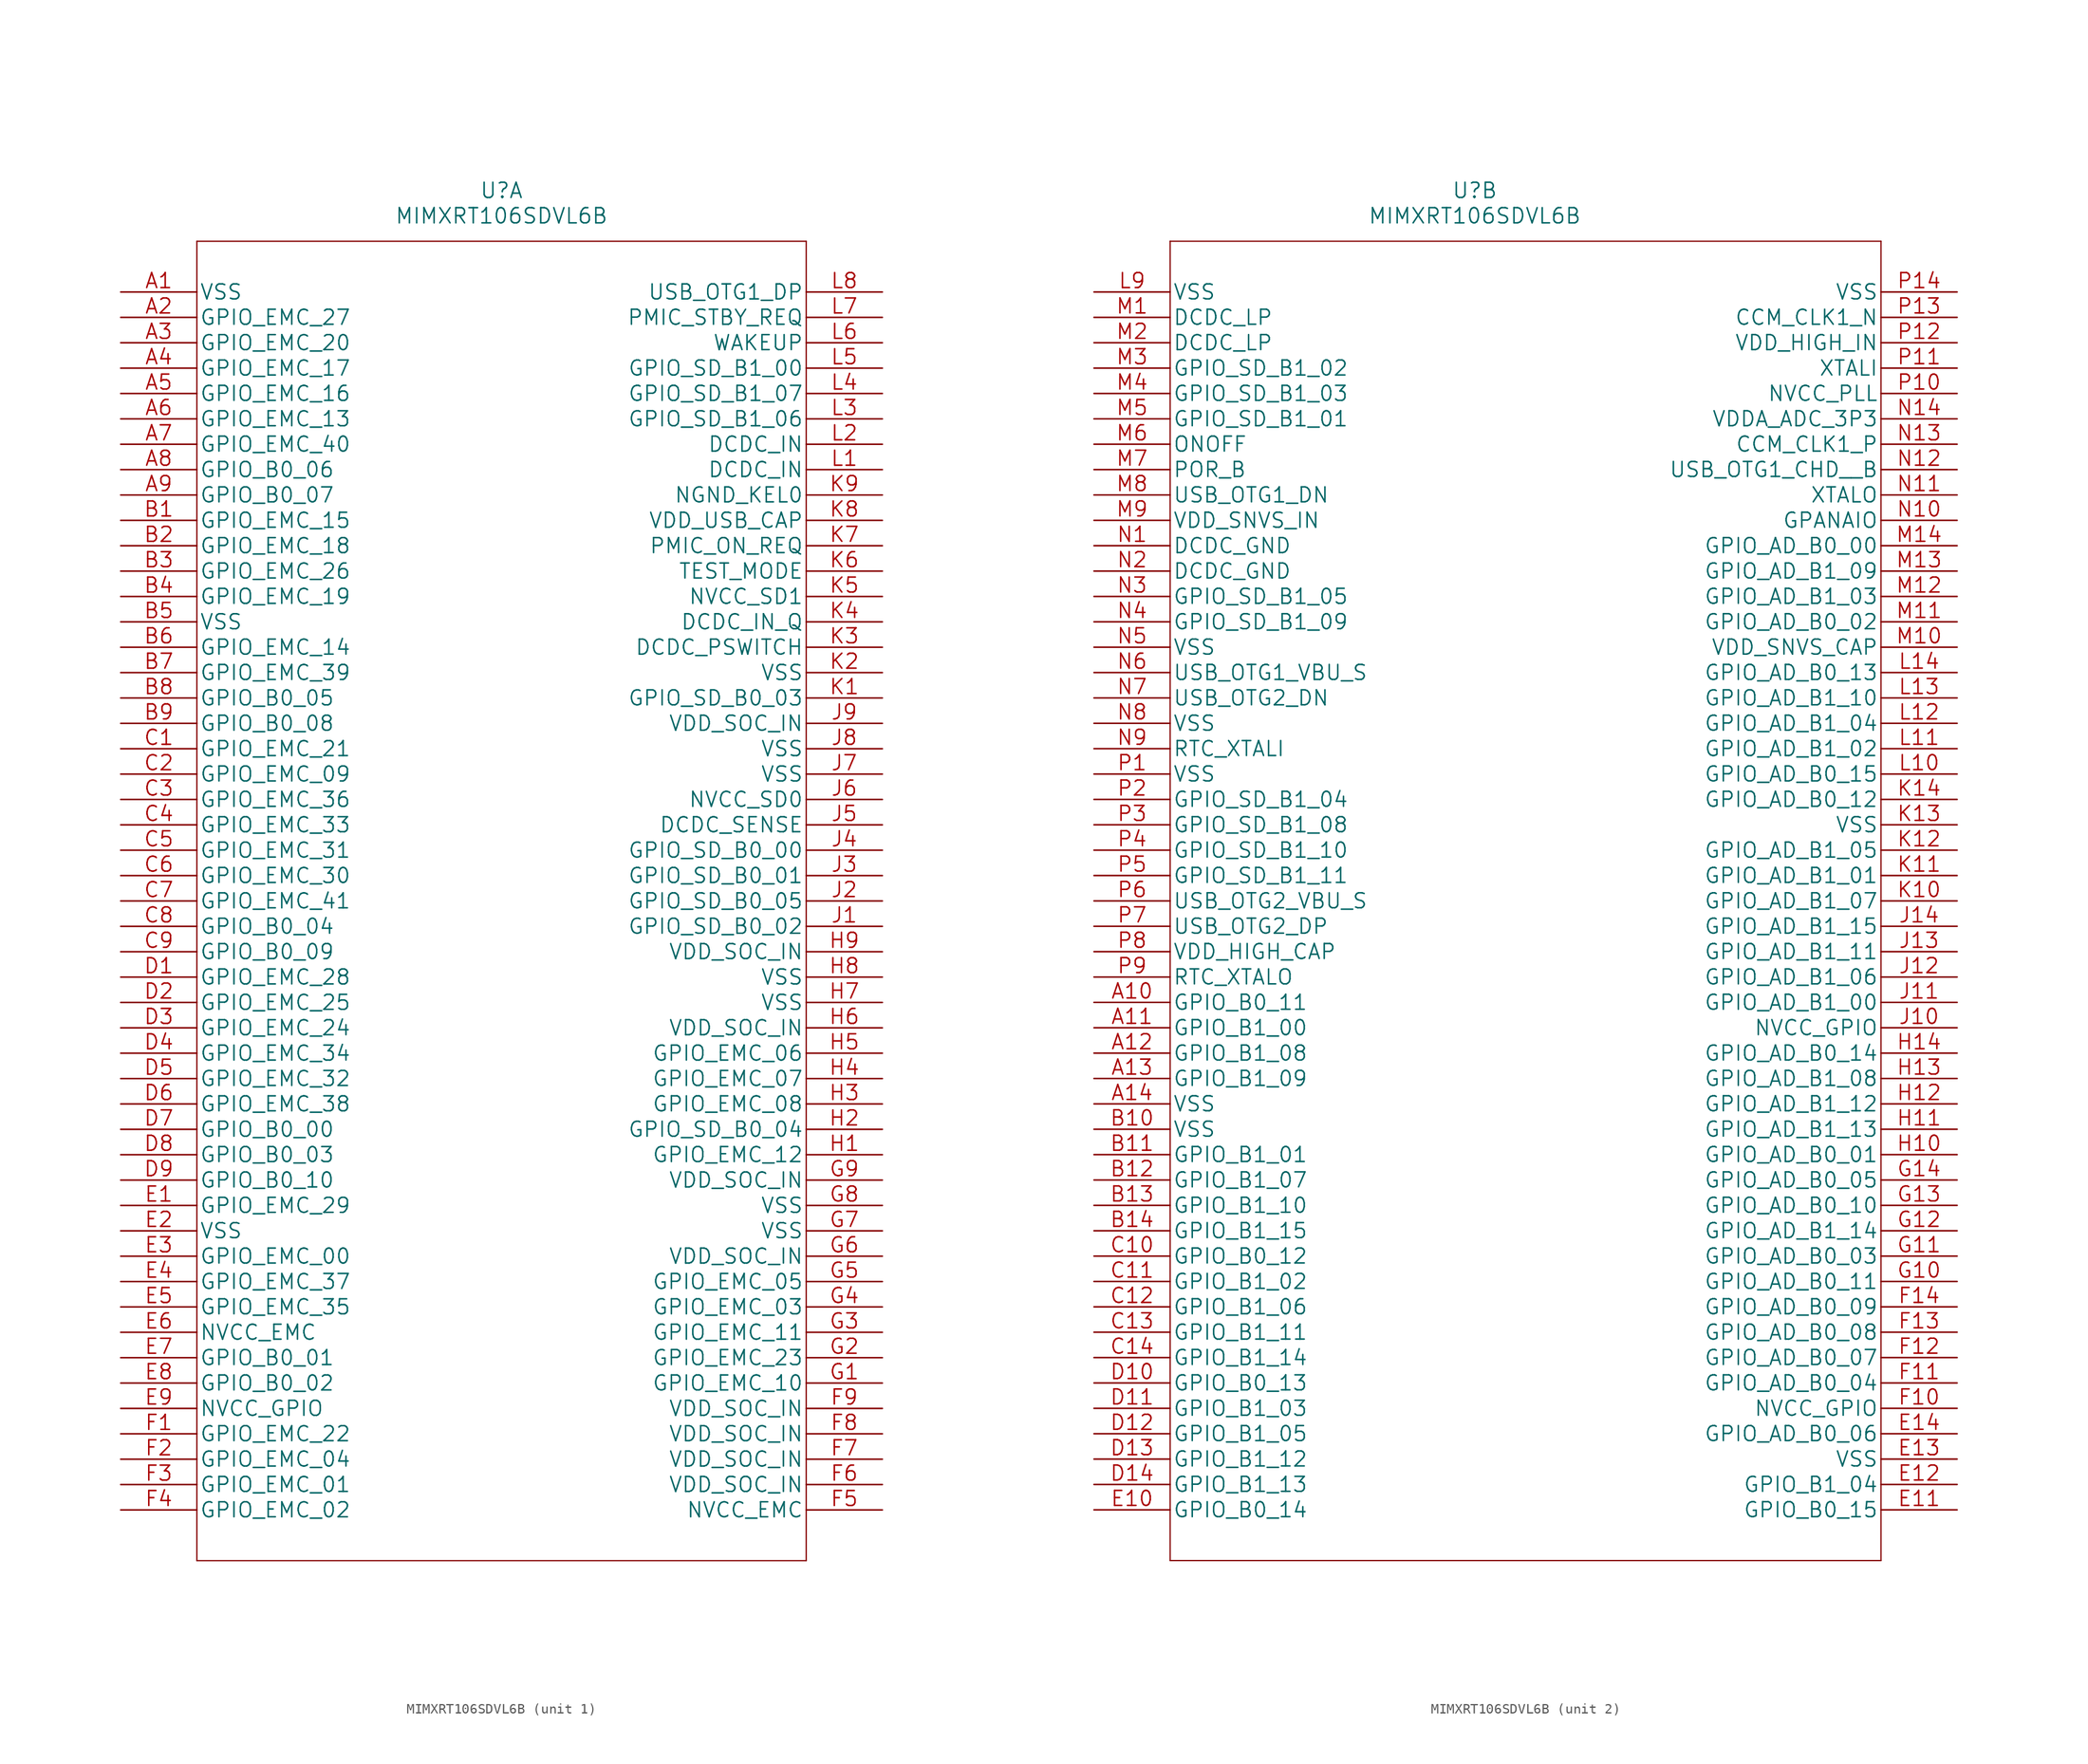
<source format=kicad_sym>
(kicad_symbol_lib
  (version 20220914)
  (generator kicad_symbol_editor)
  (symbol "MIMXRT106SDVL6B"
    (pin_names
      (offset 0.254))
    (property "Reference" "U"
      (at 38.1 10.16 0)
      (effects (font (size 1.524 1.524))))
    (property "Value" "MIMXRT106SDVL6B"
      (at 38.1 7.62 0)
      (effects (font (size 1.524 1.524))))
    (property "Datasheet" ""
      (at 0 0 0)
      (effects (font (size 1.524 1.524))))
    (property "ki_locked" ""
      (at 0 0 0)
      (effects (font (size 1.27 1.27))))
    (symbol "MIMXRT106SDVL6B_1_1"
      (polyline (pts (xy 7.62 -127) (xy 68.58 -127)) (stroke (width 0.127) (type solid)) (fill (type none)))
      (polyline (pts (xy 7.62 5.08) (xy 7.62 -127)) (stroke (width 0.127) (type solid)) (fill (type none)))
      (polyline (pts (xy 68.58 -127) (xy 68.58 5.08)) (stroke (width 0.127) (type solid)) (fill (type none)))
      (polyline (pts (xy 68.58 5.08) (xy 7.62 5.08)) (stroke (width 0.127) (type solid)) (fill (type none)))
      (pin power_in line (at 0 0 0) (length 7.62) (name "VSS" (effects (font (size 1.499 1.499)))) (number "A1" (effects (font (size 1.499 1.499)))))
      (pin bidirectional line (at 0 -2.54 0) (length 7.62) (name "GPIO_EMC_27" (effects (font (size 1.499 1.499)))) (number "A2" (effects (font (size 1.499 1.499)))))
      (pin bidirectional line (at 0 -5.08 0) (length 7.62) (name "GPIO_EMC_20" (effects (font (size 1.499 1.499)))) (number "A3" (effects (font (size 1.499 1.499)))))
      (pin bidirectional line (at 0 -7.62 0) (length 7.62) (name "GPIO_EMC_17" (effects (font (size 1.499 1.499)))) (number "A4" (effects (font (size 1.499 1.499)))))
      (pin bidirectional line (at 0 -10.16 0) (length 7.62) (name "GPIO_EMC_16" (effects (font (size 1.499 1.499)))) (number "A5" (effects (font (size 1.499 1.499)))))
      (pin bidirectional line (at 0 -12.7 0) (length 7.62) (name "GPIO_EMC_13" (effects (font (size 1.499 1.499)))) (number "A6" (effects (font (size 1.499 1.499)))))
      (pin bidirectional line (at 0 -15.24 0) (length 7.62) (name "GPIO_EMC_40" (effects (font (size 1.499 1.499)))) (number "A7" (effects (font (size 1.499 1.499)))))
      (pin bidirectional line (at 0 -17.78 0) (length 7.62) (name "GPIO_B0_06" (effects (font (size 1.499 1.499)))) (number "A8" (effects (font (size 1.499 1.499)))))
      (pin bidirectional line (at 0 -20.32 0) (length 7.62) (name "GPIO_B0_07" (effects (font (size 1.499 1.499)))) (number "A9" (effects (font (size 1.499 1.499)))))
      (pin bidirectional line (at 0 -22.86 0) (length 7.62) (name "GPIO_EMC_15" (effects (font (size 1.499 1.499)))) (number "B1" (effects (font (size 1.499 1.499)))))
      (pin bidirectional line (at 0 -25.4 0) (length 7.62) (name "GPIO_EMC_18" (effects (font (size 1.499 1.499)))) (number "B2" (effects (font (size 1.499 1.499)))))
      (pin bidirectional line (at 0 -27.94 0) (length 7.62) (name "GPIO_EMC_26" (effects (font (size 1.499 1.499)))) (number "B3" (effects (font (size 1.499 1.499)))))
      (pin bidirectional line (at 0 -30.48 0) (length 7.62) (name "GPIO_EMC_19" (effects (font (size 1.499 1.499)))) (number "B4" (effects (font (size 1.499 1.499)))))
      (pin power_in line (at 0 -33.02 0) (length 7.62) (name "VSS" (effects (font (size 1.499 1.499)))) (number "B5" (effects (font (size 1.499 1.499)))))
      (pin bidirectional line (at 0 -35.56 0) (length 7.62) (name "GPIO_EMC_14" (effects (font (size 1.499 1.499)))) (number "B6" (effects (font (size 1.499 1.499)))))
      (pin bidirectional line (at 0 -38.1 0) (length 7.62) (name "GPIO_EMC_39" (effects (font (size 1.499 1.499)))) (number "B7" (effects (font (size 1.499 1.499)))))
      (pin bidirectional line (at 0 -40.64 0) (length 7.62) (name "GPIO_B0_05" (effects (font (size 1.499 1.499)))) (number "B8" (effects (font (size 1.499 1.499)))))
      (pin bidirectional line (at 0 -43.18 0) (length 7.62) (name "GPIO_B0_08" (effects (font (size 1.499 1.499)))) (number "B9" (effects (font (size 1.499 1.499)))))
      (pin bidirectional line (at 0 -45.72 0) (length 7.62) (name "GPIO_EMC_21" (effects (font (size 1.499 1.499)))) (number "C1" (effects (font (size 1.499 1.499)))))
      (pin bidirectional line (at 0 -48.26 0) (length 7.62) (name "GPIO_EMC_09" (effects (font (size 1.499 1.499)))) (number "C2" (effects (font (size 1.499 1.499)))))
      (pin bidirectional line (at 0 -50.8 0) (length 7.62) (name "GPIO_EMC_36" (effects (font (size 1.499 1.499)))) (number "C3" (effects (font (size 1.499 1.499)))))
      (pin bidirectional line (at 0 -53.34 0) (length 7.62) (name "GPIO_EMC_33" (effects (font (size 1.499 1.499)))) (number "C4" (effects (font (size 1.499 1.499)))))
      (pin bidirectional line (at 0 -55.88 0) (length 7.62) (name "GPIO_EMC_31" (effects (font (size 1.499 1.499)))) (number "C5" (effects (font (size 1.499 1.499)))))
      (pin bidirectional line (at 0 -58.42 0) (length 7.62) (name "GPIO_EMC_30" (effects (font (size 1.499 1.499)))) (number "C6" (effects (font (size 1.499 1.499)))))
      (pin bidirectional line (at 0 -60.96 0) (length 7.62) (name "GPIO_EMC_41" (effects (font (size 1.499 1.499)))) (number "C7" (effects (font (size 1.499 1.499)))))
      (pin bidirectional line (at 0 -63.5 0) (length 7.62) (name "GPIO_B0_04" (effects (font (size 1.499 1.499)))) (number "C8" (effects (font (size 1.499 1.499)))))
      (pin bidirectional line (at 0 -66.04 0) (length 7.62) (name "GPIO_B0_09" (effects (font (size 1.499 1.499)))) (number "C9" (effects (font (size 1.499 1.499)))))
      (pin bidirectional line (at 0 -68.58 0) (length 7.62) (name "GPIO_EMC_28" (effects (font (size 1.499 1.499)))) (number "D1" (effects (font (size 1.499 1.499)))))
      (pin bidirectional line (at 0 -71.12 0) (length 7.62) (name "GPIO_EMC_25" (effects (font (size 1.499 1.499)))) (number "D2" (effects (font (size 1.499 1.499)))))
      (pin bidirectional line (at 0 -73.66 0) (length 7.62) (name "GPIO_EMC_24" (effects (font (size 1.499 1.499)))) (number "D3" (effects (font (size 1.499 1.499)))))
      (pin bidirectional line (at 0 -76.2 0) (length 7.62) (name "GPIO_EMC_34" (effects (font (size 1.499 1.499)))) (number "D4" (effects (font (size 1.499 1.499)))))
      (pin bidirectional line (at 0 -78.74 0) (length 7.62) (name "GPIO_EMC_32" (effects (font (size 1.499 1.499)))) (number "D5" (effects (font (size 1.499 1.499)))))
      (pin bidirectional line (at 0 -81.28 0) (length 7.62) (name "GPIO_EMC_38" (effects (font (size 1.499 1.499)))) (number "D6" (effects (font (size 1.499 1.499)))))
      (pin bidirectional line (at 0 -83.82 0) (length 7.62) (name "GPIO_B0_00" (effects (font (size 1.499 1.499)))) (number "D7" (effects (font (size 1.499 1.499)))))
      (pin bidirectional line (at 0 -86.36 0) (length 7.62) (name "GPIO_B0_03" (effects (font (size 1.499 1.499)))) (number "D8" (effects (font (size 1.499 1.499)))))
      (pin bidirectional line (at 0 -88.9 0) (length 7.62) (name "GPIO_B0_10" (effects (font (size 1.499 1.499)))) (number "D9" (effects (font (size 1.499 1.499)))))
      (pin bidirectional line (at 0 -91.44 0) (length 7.62) (name "GPIO_EMC_29" (effects (font (size 1.499 1.499)))) (number "E1" (effects (font (size 1.499 1.499)))))
      (pin power_in line (at 0 -93.98 0) (length 7.62) (name "VSS" (effects (font (size 1.499 1.499)))) (number "E2" (effects (font (size 1.499 1.499)))))
      (pin bidirectional line (at 0 -96.52 0) (length 7.62) (name "GPIO_EMC_00" (effects (font (size 1.499 1.499)))) (number "E3" (effects (font (size 1.499 1.499)))))
      (pin bidirectional line (at 0 -99.06 0) (length 7.62) (name "GPIO_EMC_37" (effects (font (size 1.499 1.499)))) (number "E4" (effects (font (size 1.499 1.499)))))
      (pin bidirectional line (at 0 -101.6 0) (length 7.62) (name "GPIO_EMC_35" (effects (font (size 1.499 1.499)))) (number "E5" (effects (font (size 1.499 1.499)))))
      (pin power_in line (at 0 -104.14 0) (length 7.62) (name "NVCC_EMC" (effects (font (size 1.499 1.499)))) (number "E6" (effects (font (size 1.499 1.499)))))
      (pin bidirectional line (at 0 -106.68 0) (length 7.62) (name "GPIO_B0_01" (effects (font (size 1.499 1.499)))) (number "E7" (effects (font (size 1.499 1.499)))))
      (pin bidirectional line (at 0 -109.22 0) (length 7.62) (name "GPIO_B0_02" (effects (font (size 1.499 1.499)))) (number "E8" (effects (font (size 1.499 1.499)))))
      (pin power_in line (at 0 -111.76 0) (length 7.62) (name "NVCC_GPIO" (effects (font (size 1.499 1.499)))) (number "E9" (effects (font (size 1.499 1.499)))))
      (pin bidirectional line (at 0 -114.3 0) (length 7.62) (name "GPIO_EMC_22" (effects (font (size 1.499 1.499)))) (number "F1" (effects (font (size 1.499 1.499)))))
      (pin bidirectional line (at 0 -116.84 0) (length 7.62) (name "GPIO_EMC_04" (effects (font (size 1.499 1.499)))) (number "F2" (effects (font (size 1.499 1.499)))))
      (pin bidirectional line (at 0 -119.38 0) (length 7.62) (name "GPIO_EMC_01" (effects (font (size 1.499 1.499)))) (number "F3" (effects (font (size 1.499 1.499)))))
      (pin bidirectional line (at 0 -121.92 0) (length 7.62) (name "GPIO_EMC_02" (effects (font (size 1.499 1.499)))) (number "F4" (effects (font (size 1.499 1.499)))))
      (pin power_in line (at 76.2 -121.92 180) (length 7.62) (name "NVCC_EMC" (effects (font (size 1.499 1.499)))) (number "F5" (effects (font (size 1.499 1.499)))))
      (pin power_in line (at 76.2 -119.38 180) (length 7.62) (name "VDD_SOC_IN" (effects (font (size 1.499 1.499)))) (number "F6" (effects (font (size 1.499 1.499)))))
      (pin power_in line (at 76.2 -116.84 180) (length 7.62) (name "VDD_SOC_IN" (effects (font (size 1.499 1.499)))) (number "F7" (effects (font (size 1.499 1.499)))))
      (pin power_in line (at 76.2 -114.3 180) (length 7.62) (name "VDD_SOC_IN" (effects (font (size 1.499 1.499)))) (number "F8" (effects (font (size 1.499 1.499)))))
      (pin power_in line (at 76.2 -111.76 180) (length 7.62) (name "VDD_SOC_IN" (effects (font (size 1.499 1.499)))) (number "F9" (effects (font (size 1.499 1.499)))))
      (pin bidirectional line (at 76.2 -109.22 180) (length 7.62) (name "GPIO_EMC_10" (effects (font (size 1.499 1.499)))) (number "G1" (effects (font (size 1.499 1.499)))))
      (pin bidirectional line (at 76.2 -106.68 180) (length 7.62) (name "GPIO_EMC_23" (effects (font (size 1.499 1.499)))) (number "G2" (effects (font (size 1.499 1.499)))))
      (pin bidirectional line (at 76.2 -104.14 180) (length 7.62) (name "GPIO_EMC_11" (effects (font (size 1.499 1.499)))) (number "G3" (effects (font (size 1.499 1.499)))))
      (pin bidirectional line (at 76.2 -101.6 180) (length 7.62) (name "GPIO_EMC_03" (effects (font (size 1.499 1.499)))) (number "G4" (effects (font (size 1.499 1.499)))))
      (pin bidirectional line (at 76.2 -99.06 180) (length 7.62) (name "GPIO_EMC_05" (effects (font (size 1.499 1.499)))) (number "G5" (effects (font (size 1.499 1.499)))))
      (pin power_in line (at 76.2 -96.52 180) (length 7.62) (name "VDD_SOC_IN" (effects (font (size 1.499 1.499)))) (number "G6" (effects (font (size 1.499 1.499)))))
      (pin power_in line (at 76.2 -93.98 180) (length 7.62) (name "VSS" (effects (font (size 1.499 1.499)))) (number "G7" (effects (font (size 1.499 1.499)))))
      (pin power_in line (at 76.2 -91.44 180) (length 7.62) (name "VSS" (effects (font (size 1.499 1.499)))) (number "G8" (effects (font (size 1.499 1.499)))))
      (pin power_in line (at 76.2 -88.9 180) (length 7.62) (name "VDD_SOC_IN" (effects (font (size 1.499 1.499)))) (number "G9" (effects (font (size 1.499 1.499)))))
      (pin bidirectional line (at 76.2 -86.36 180) (length 7.62) (name "GPIO_EMC_12" (effects (font (size 1.499 1.499)))) (number "H1" (effects (font (size 1.499 1.499)))))
      (pin bidirectional line (at 76.2 -83.82 180) (length 7.62) (name "GPIO_SD_B0_04" (effects (font (size 1.499 1.499)))) (number "H2" (effects (font (size 1.499 1.499)))))
      (pin bidirectional line (at 76.2 -81.28 180) (length 7.62) (name "GPIO_EMC_08" (effects (font (size 1.499 1.499)))) (number "H3" (effects (font (size 1.499 1.499)))))
      (pin bidirectional line (at 76.2 -78.74 180) (length 7.62) (name "GPIO_EMC_07" (effects (font (size 1.499 1.499)))) (number "H4" (effects (font (size 1.499 1.499)))))
      (pin bidirectional line (at 76.2 -76.2 180) (length 7.62) (name "GPIO_EMC_06" (effects (font (size 1.499 1.499)))) (number "H5" (effects (font (size 1.499 1.499)))))
      (pin power_in line (at 76.2 -73.66 180) (length 7.62) (name "VDD_SOC_IN" (effects (font (size 1.499 1.499)))) (number "H6" (effects (font (size 1.499 1.499)))))
      (pin power_in line (at 76.2 -71.12 180) (length 7.62) (name "VSS" (effects (font (size 1.499 1.499)))) (number "H7" (effects (font (size 1.499 1.499)))))
      (pin power_in line (at 76.2 -68.58 180) (length 7.62) (name "VSS" (effects (font (size 1.499 1.499)))) (number "H8" (effects (font (size 1.499 1.499)))))
      (pin power_in line (at 76.2 -66.04 180) (length 7.62) (name "VDD_SOC_IN" (effects (font (size 1.499 1.499)))) (number "H9" (effects (font (size 1.499 1.499)))))
      (pin bidirectional line (at 76.2 -63.5 180) (length 7.62) (name "GPIO_SD_B0_02" (effects (font (size 1.499 1.499)))) (number "J1" (effects (font (size 1.499 1.499)))))
      (pin bidirectional line (at 76.2 -60.96 180) (length 7.62) (name "GPIO_SD_B0_05" (effects (font (size 1.499 1.499)))) (number "J2" (effects (font (size 1.499 1.499)))))
      (pin bidirectional line (at 76.2 -58.42 180) (length 7.62) (name "GPIO_SD_B0_01" (effects (font (size 1.499 1.499)))) (number "J3" (effects (font (size 1.499 1.499)))))
      (pin bidirectional line (at 76.2 -55.88 180) (length 7.62) (name "GPIO_SD_B0_00" (effects (font (size 1.499 1.499)))) (number "J4" (effects (font (size 1.499 1.499)))))
      (pin power_in line (at 76.2 -53.34 180) (length 7.62) (name "DCDC_SENSE" (effects (font (size 1.499 1.499)))) (number "J5" (effects (font (size 1.499 1.499)))))
      (pin power_in line (at 76.2 -50.8 180) (length 7.62) (name "NVCC_SD0" (effects (font (size 1.499 1.499)))) (number "J6" (effects (font (size 1.499 1.499)))))
      (pin power_in line (at 76.2 -48.26 180) (length 7.62) (name "VSS" (effects (font (size 1.499 1.499)))) (number "J7" (effects (font (size 1.499 1.499)))))
      (pin power_in line (at 76.2 -45.72 180) (length 7.62) (name "VSS" (effects (font (size 1.499 1.499)))) (number "J8" (effects (font (size 1.499 1.499)))))
      (pin power_in line (at 76.2 -43.18 180) (length 7.62) (name "VDD_SOC_IN" (effects (font (size 1.499 1.499)))) (number "J9" (effects (font (size 1.499 1.499)))))
      (pin bidirectional line (at 76.2 -40.64 180) (length 7.62) (name "GPIO_SD_B0_03" (effects (font (size 1.499 1.499)))) (number "K1" (effects (font (size 1.499 1.499)))))
      (pin power_in line (at 76.2 -38.1 180) (length 7.62) (name "VSS" (effects (font (size 1.499 1.499)))) (number "K2" (effects (font (size 1.499 1.499)))))
      (pin power_in line (at 76.2 -35.56 180) (length 7.62) (name "DCDC_PSWITCH" (effects (font (size 1.499 1.499)))) (number "K3" (effects (font (size 1.499 1.499)))))
      (pin power_in line (at 76.2 -33.02 180) (length 7.62) (name "DCDC_IN_Q" (effects (font (size 1.499 1.499)))) (number "K4" (effects (font (size 1.499 1.499)))))
      (pin power_in line (at 76.2 -30.48 180) (length 7.62) (name "NVCC_SD1" (effects (font (size 1.499 1.499)))) (number "K5" (effects (font (size 1.499 1.499)))))
      (pin input line (at 76.2 -27.94 180) (length 7.62) (name "TEST_MODE" (effects (font (size 1.499 1.499)))) (number "K6" (effects (font (size 1.499 1.499)))))
      (pin output line (at 76.2 -25.4 180) (length 7.62) (name "PMIC_ON_REQ" (effects (font (size 1.499 1.499)))) (number "K7" (effects (font (size 1.499 1.499)))))
      (pin power_in line (at 76.2 -22.86 180) (length 7.62) (name "VDD_USB_CAP" (effects (font (size 1.499 1.499)))) (number "K8" (effects (font (size 1.499 1.499)))))
      (pin power_in line (at 76.2 -20.32 180) (length 7.62) (name "NGND_KEL0" (effects (font (size 1.499 1.499)))) (number "K9" (effects (font (size 1.499 1.499)))))
      (pin power_in line (at 76.2 -17.78 180) (length 7.62) (name "DCDC_IN" (effects (font (size 1.499 1.499)))) (number "L1" (effects (font (size 1.499 1.499)))))
      (pin power_in line (at 76.2 -15.24 180) (length 7.62) (name "DCDC_IN" (effects (font (size 1.499 1.499)))) (number "L2" (effects (font (size 1.499 1.499)))))
      (pin bidirectional line (at 76.2 -12.7 180) (length 7.62) (name "GPIO_SD_B1_06" (effects (font (size 1.499 1.499)))) (number "L3" (effects (font (size 1.499 1.499)))))
      (pin bidirectional line (at 76.2 -10.16 180) (length 7.62) (name "GPIO_SD_B1_07" (effects (font (size 1.499 1.499)))) (number "L4" (effects (font (size 1.499 1.499)))))
      (pin bidirectional line (at 76.2 -7.62 180) (length 7.62) (name "GPIO_SD_B1_00" (effects (font (size 1.499 1.499)))) (number "L5" (effects (font (size 1.499 1.499)))))
      (pin input line (at 76.2 -5.08 180) (length 7.62) (name "WAKEUP" (effects (font (size 1.499 1.499)))) (number "L6" (effects (font (size 1.499 1.499)))))
      (pin output line (at 76.2 -2.54 180) (length 7.62) (name "PMIC_STBY_REQ" (effects (font (size 1.499 1.499)))) (number "L7" (effects (font (size 1.499 1.499)))))
      (pin bidirectional line (at 76.2 0 180) (length 7.62) (name "USB_OTG1_DP" (effects (font (size 1.499 1.499)))) (number "L8" (effects (font (size 1.499 1.499))))))
    (symbol "MIMXRT106SDVL6B_2_1"
      (polyline (pts (xy 7.62 -127) (xy 78.74 -127)) (stroke (width 0.127) (type solid)) (fill (type none)))
      (polyline (pts (xy 7.62 5.08) (xy 7.62 -127)) (stroke (width 0.127) (type solid)) (fill (type none)))
      (polyline (pts (xy 78.74 -127) (xy 78.74 5.08)) (stroke (width 0.127) (type solid)) (fill (type none)))
      (polyline (pts (xy 78.74 5.08) (xy 7.62 5.08)) (stroke (width 0.127) (type solid)) (fill (type none)))
      (pin bidirectional line (at 0 -71.12 0) (length 7.62) (name "GPIO_B0_11" (effects (font (size 1.499 1.499)))) (number "A10" (effects (font (size 1.499 1.499)))))
      (pin bidirectional line (at 0 -73.66 0) (length 7.62) (name "GPIO_B1_00" (effects (font (size 1.499 1.499)))) (number "A11" (effects (font (size 1.499 1.499)))))
      (pin bidirectional line (at 0 -76.2 0) (length 7.62) (name "GPIO_B1_08" (effects (font (size 1.499 1.499)))) (number "A12" (effects (font (size 1.499 1.499)))))
      (pin bidirectional line (at 0 -78.74 0) (length 7.62) (name "GPIO_B1_09" (effects (font (size 1.499 1.499)))) (number "A13" (effects (font (size 1.499 1.499)))))
      (pin power_in line (at 0 -81.28 0) (length 7.62) (name "VSS" (effects (font (size 1.499 1.499)))) (number "A14" (effects (font (size 1.499 1.499)))))
      (pin power_in line (at 0 -83.82 0) (length 7.62) (name "VSS" (effects (font (size 1.499 1.499)))) (number "B10" (effects (font (size 1.499 1.499)))))
      (pin bidirectional line (at 0 -86.36 0) (length 7.62) (name "GPIO_B1_01" (effects (font (size 1.499 1.499)))) (number "B11" (effects (font (size 1.499 1.499)))))
      (pin bidirectional line (at 0 -88.9 0) (length 7.62) (name "GPIO_B1_07" (effects (font (size 1.499 1.499)))) (number "B12" (effects (font (size 1.499 1.499)))))
      (pin bidirectional line (at 0 -91.44 0) (length 7.62) (name "GPIO_B1_10" (effects (font (size 1.499 1.499)))) (number "B13" (effects (font (size 1.499 1.499)))))
      (pin bidirectional line (at 0 -93.98 0) (length 7.62) (name "GPIO_B1_15" (effects (font (size 1.499 1.499)))) (number "B14" (effects (font (size 1.499 1.499)))))
      (pin bidirectional line (at 0 -96.52 0) (length 7.62) (name "GPIO_B0_12" (effects (font (size 1.499 1.499)))) (number "C10" (effects (font (size 1.499 1.499)))))
      (pin bidirectional line (at 0 -99.06 0) (length 7.62) (name "GPIO_B1_02" (effects (font (size 1.499 1.499)))) (number "C11" (effects (font (size 1.499 1.499)))))
      (pin bidirectional line (at 0 -101.6 0) (length 7.62) (name "GPIO_B1_06" (effects (font (size 1.499 1.499)))) (number "C12" (effects (font (size 1.499 1.499)))))
      (pin bidirectional line (at 0 -104.14 0) (length 7.62) (name "GPIO_B1_11" (effects (font (size 1.499 1.499)))) (number "C13" (effects (font (size 1.499 1.499)))))
      (pin bidirectional line (at 0 -106.68 0) (length 7.62) (name "GPIO_B1_14" (effects (font (size 1.499 1.499)))) (number "C14" (effects (font (size 1.499 1.499)))))
      (pin bidirectional line (at 0 -109.22 0) (length 7.62) (name "GPIO_B0_13" (effects (font (size 1.499 1.499)))) (number "D10" (effects (font (size 1.499 1.499)))))
      (pin bidirectional line (at 0 -111.76 0) (length 7.62) (name "GPIO_B1_03" (effects (font (size 1.499 1.499)))) (number "D11" (effects (font (size 1.499 1.499)))))
      (pin bidirectional line (at 0 -114.3 0) (length 7.62) (name "GPIO_B1_05" (effects (font (size 1.499 1.499)))) (number "D12" (effects (font (size 1.499 1.499)))))
      (pin bidirectional line (at 0 -116.84 0) (length 7.62) (name "GPIO_B1_12" (effects (font (size 1.499 1.499)))) (number "D13" (effects (font (size 1.499 1.499)))))
      (pin bidirectional line (at 0 -119.38 0) (length 7.62) (name "GPIO_B1_13" (effects (font (size 1.499 1.499)))) (number "D14" (effects (font (size 1.499 1.499)))))
      (pin bidirectional line (at 0 -121.92 0) (length 7.62) (name "GPIO_B0_14" (effects (font (size 1.499 1.499)))) (number "E10" (effects (font (size 1.499 1.499)))))
      (pin bidirectional line (at 86.36 -121.92 180) (length 7.62) (name "GPIO_B0_15" (effects (font (size 1.499 1.499)))) (number "E11" (effects (font (size 1.499 1.499)))))
      (pin bidirectional line (at 86.36 -119.38 180) (length 7.62) (name "GPIO_B1_04" (effects (font (size 1.499 1.499)))) (number "E12" (effects (font (size 1.499 1.499)))))
      (pin power_in line (at 86.36 -116.84 180) (length 7.62) (name "VSS" (effects (font (size 1.499 1.499)))) (number "E13" (effects (font (size 1.499 1.499)))))
      (pin bidirectional line (at 86.36 -114.3 180) (length 7.62) (name "GPIO_AD_B0_06" (effects (font (size 1.499 1.499)))) (number "E14" (effects (font (size 1.499 1.499)))))
      (pin power_in line (at 86.36 -111.76 180) (length 7.62) (name "NVCC_GPIO" (effects (font (size 1.499 1.499)))) (number "F10" (effects (font (size 1.499 1.499)))))
      (pin bidirectional line (at 86.36 -109.22 180) (length 7.62) (name "GPIO_AD_B0_04" (effects (font (size 1.499 1.499)))) (number "F11" (effects (font (size 1.499 1.499)))))
      (pin bidirectional line (at 86.36 -106.68 180) (length 7.62) (name "GPIO_AD_B0_07" (effects (font (size 1.499 1.499)))) (number "F12" (effects (font (size 1.499 1.499)))))
      (pin bidirectional line (at 86.36 -104.14 180) (length 7.62) (name "GPIO_AD_B0_08" (effects (font (size 1.499 1.499)))) (number "F13" (effects (font (size 1.499 1.499)))))
      (pin bidirectional line (at 86.36 -101.6 180) (length 7.62) (name "GPIO_AD_B0_09" (effects (font (size 1.499 1.499)))) (number "F14" (effects (font (size 1.499 1.499)))))
      (pin bidirectional line (at 86.36 -99.06 180) (length 7.62) (name "GPIO_AD_B0_11" (effects (font (size 1.499 1.499)))) (number "G10" (effects (font (size 1.499 1.499)))))
      (pin bidirectional line (at 86.36 -96.52 180) (length 7.62) (name "GPIO_AD_B0_03" (effects (font (size 1.499 1.499)))) (number "G11" (effects (font (size 1.499 1.499)))))
      (pin bidirectional line (at 86.36 -93.98 180) (length 7.62) (name "GPIO_AD_B1_14" (effects (font (size 1.499 1.499)))) (number "G12" (effects (font (size 1.499 1.499)))))
      (pin bidirectional line (at 86.36 -91.44 180) (length 7.62) (name "GPIO_AD_B0_10" (effects (font (size 1.499 1.499)))) (number "G13" (effects (font (size 1.499 1.499)))))
      (pin bidirectional line (at 86.36 -88.9 180) (length 7.62) (name "GPIO_AD_B0_05" (effects (font (size 1.499 1.499)))) (number "G14" (effects (font (size 1.499 1.499)))))
      (pin bidirectional line (at 86.36 -86.36 180) (length 7.62) (name "GPIO_AD_B0_01" (effects (font (size 1.499 1.499)))) (number "H10" (effects (font (size 1.499 1.499)))))
      (pin bidirectional line (at 86.36 -83.82 180) (length 7.62) (name "GPIO_AD_B1_13" (effects (font (size 1.499 1.499)))) (number "H11" (effects (font (size 1.499 1.499)))))
      (pin bidirectional line (at 86.36 -81.28 180) (length 7.62) (name "GPIO_AD_B1_12" (effects (font (size 1.499 1.499)))) (number "H12" (effects (font (size 1.499 1.499)))))
      (pin bidirectional line (at 86.36 -78.74 180) (length 7.62) (name "GPIO_AD_B1_08" (effects (font (size 1.499 1.499)))) (number "H13" (effects (font (size 1.499 1.499)))))
      (pin bidirectional line (at 86.36 -76.2 180) (length 7.62) (name "GPIO_AD_B0_14" (effects (font (size 1.499 1.499)))) (number "H14" (effects (font (size 1.499 1.499)))))
      (pin power_in line (at 86.36 -73.66 180) (length 7.62) (name "NVCC_GPIO" (effects (font (size 1.499 1.499)))) (number "J10" (effects (font (size 1.499 1.499)))))
      (pin bidirectional line (at 86.36 -71.12 180) (length 7.62) (name "GPIO_AD_B1_00" (effects (font (size 1.499 1.499)))) (number "J11" (effects (font (size 1.499 1.499)))))
      (pin bidirectional line (at 86.36 -68.58 180) (length 7.62) (name "GPIO_AD_B1_06" (effects (font (size 1.499 1.499)))) (number "J12" (effects (font (size 1.499 1.499)))))
      (pin bidirectional line (at 86.36 -66.04 180) (length 7.62) (name "GPIO_AD_B1_11" (effects (font (size 1.499 1.499)))) (number "J13" (effects (font (size 1.499 1.499)))))
      (pin bidirectional line (at 86.36 -63.5 180) (length 7.62) (name "GPIO_AD_B1_15" (effects (font (size 1.499 1.499)))) (number "J14" (effects (font (size 1.499 1.499)))))
      (pin bidirectional line (at 86.36 -60.96 180) (length 7.62) (name "GPIO_AD_B1_07" (effects (font (size 1.499 1.499)))) (number "K10" (effects (font (size 1.499 1.499)))))
      (pin bidirectional line (at 86.36 -58.42 180) (length 7.62) (name "GPIO_AD_B1_01" (effects (font (size 1.499 1.499)))) (number "K11" (effects (font (size 1.499 1.499)))))
      (pin bidirectional line (at 86.36 -55.88 180) (length 7.62) (name "GPIO_AD_B1_05" (effects (font (size 1.499 1.499)))) (number "K12" (effects (font (size 1.499 1.499)))))
      (pin power_in line (at 86.36 -53.34 180) (length 7.62) (name "VSS" (effects (font (size 1.499 1.499)))) (number "K13" (effects (font (size 1.499 1.499)))))
      (pin bidirectional line (at 86.36 -50.8 180) (length 7.62) (name "GPIO_AD_B0_12" (effects (font (size 1.499 1.499)))) (number "K14" (effects (font (size 1.499 1.499)))))
      (pin bidirectional line (at 86.36 -48.26 180) (length 7.62) (name "GPIO_AD_B0_15" (effects (font (size 1.499 1.499)))) (number "L10" (effects (font (size 1.499 1.499)))))
      (pin bidirectional line (at 86.36 -45.72 180) (length 7.62) (name "GPIO_AD_B1_02" (effects (font (size 1.499 1.499)))) (number "L11" (effects (font (size 1.499 1.499)))))
      (pin bidirectional line (at 86.36 -43.18 180) (length 7.62) (name "GPIO_AD_B1_04" (effects (font (size 1.499 1.499)))) (number "L12" (effects (font (size 1.499 1.499)))))
      (pin bidirectional line (at 86.36 -40.64 180) (length 7.62) (name "GPIO_AD_B1_10" (effects (font (size 1.499 1.499)))) (number "L13" (effects (font (size 1.499 1.499)))))
      (pin bidirectional line (at 86.36 -38.1 180) (length 7.62) (name "GPIO_AD_B0_13" (effects (font (size 1.499 1.499)))) (number "L14" (effects (font (size 1.499 1.499)))))
      (pin power_in line (at 0 0 0) (length 7.62) (name "VSS" (effects (font (size 1.499 1.499)))) (number "L9" (effects (font (size 1.499 1.499)))))
      (pin power_in line (at 0 -2.54 0) (length 7.62) (name "DCDC_LP" (effects (font (size 1.499 1.499)))) (number "M1" (effects (font (size 1.499 1.499)))))
      (pin power_in line (at 86.36 -35.56 180) (length 7.62) (name "VDD_SNVS_CAP" (effects (font (size 1.499 1.499)))) (number "M10" (effects (font (size 1.499 1.499)))))
      (pin bidirectional line (at 86.36 -33.02 180) (length 7.62) (name "GPIO_AD_B0_02" (effects (font (size 1.499 1.499)))) (number "M11" (effects (font (size 1.499 1.499)))))
      (pin bidirectional line (at 86.36 -30.48 180) (length 7.62) (name "GPIO_AD_B1_03" (effects (font (size 1.499 1.499)))) (number "M12" (effects (font (size 1.499 1.499)))))
      (pin bidirectional line (at 86.36 -27.94 180) (length 7.62) (name "GPIO_AD_B1_09" (effects (font (size 1.499 1.499)))) (number "M13" (effects (font (size 1.499 1.499)))))
      (pin bidirectional line (at 86.36 -25.4 180) (length 7.62) (name "GPIO_AD_B0_00" (effects (font (size 1.499 1.499)))) (number "M14" (effects (font (size 1.499 1.499)))))
      (pin power_in line (at 0 -5.08 0) (length 7.62) (name "DCDC_LP" (effects (font (size 1.499 1.499)))) (number "M2" (effects (font (size 1.499 1.499)))))
      (pin bidirectional line (at 0 -7.62 0) (length 7.62) (name "GPIO_SD_B1_02" (effects (font (size 1.499 1.499)))) (number "M3" (effects (font (size 1.499 1.499)))))
      (pin bidirectional line (at 0 -10.16 0) (length 7.62) (name "GPIO_SD_B1_03" (effects (font (size 1.499 1.499)))) (number "M4" (effects (font (size 1.499 1.499)))))
      (pin bidirectional line (at 0 -12.7 0) (length 7.62) (name "GPIO_SD_B1_01" (effects (font (size 1.499 1.499)))) (number "M5" (effects (font (size 1.499 1.499)))))
      (pin input line (at 0 -15.24 0) (length 7.62) (name "ONOFF" (effects (font (size 1.499 1.499)))) (number "M6" (effects (font (size 1.499 1.499)))))
      (pin input line (at 0 -17.78 0) (length 7.62) (name "POR_B" (effects (font (size 1.499 1.499)))) (number "M7" (effects (font (size 1.499 1.499)))))
      (pin bidirectional line (at 0 -20.32 0) (length 7.62) (name "USB_OTG1_DN" (effects (font (size 1.499 1.499)))) (number "M8" (effects (font (size 1.499 1.499)))))
      (pin power_in line (at 0 -22.86 0) (length 7.62) (name "VDD_SNVS_IN" (effects (font (size 1.499 1.499)))) (number "M9" (effects (font (size 1.499 1.499)))))
      (pin power_in line (at 0 -25.4 0) (length 7.62) (name "DCDC_GND" (effects (font (size 1.499 1.499)))) (number "N1" (effects (font (size 1.499 1.499)))))
      (pin power_in line (at 86.36 -22.86 180) (length 7.62) (name "GPANAIO" (effects (font (size 1.499 1.499)))) (number "N10" (effects (font (size 1.499 1.499)))))
      (pin output line (at 86.36 -20.32 180) (length 7.62) (name "XTALO" (effects (font (size 1.499 1.499)))) (number "N11" (effects (font (size 1.499 1.499)))))
      (pin bidirectional line (at 86.36 -17.78 180) (length 7.62) (name "USB_OTG1_CHD__B" (effects (font (size 1.499 1.499)))) (number "N12" (effects (font (size 1.499 1.499)))))
      (pin bidirectional line (at 86.36 -15.24 180) (length 7.62) (name "CCM_CLK1_P" (effects (font (size 1.499 1.499)))) (number "N13" (effects (font (size 1.499 1.499)))))
      (pin power_in line (at 86.36 -12.7 180) (length 7.62) (name "VDDA_ADC_3P3" (effects (font (size 1.499 1.499)))) (number "N14" (effects (font (size 1.499 1.499)))))
      (pin power_in line (at 0 -27.94 0) (length 7.62) (name "DCDC_GND" (effects (font (size 1.499 1.499)))) (number "N2" (effects (font (size 1.499 1.499)))))
      (pin bidirectional line (at 0 -30.48 0) (length 7.62) (name "GPIO_SD_B1_05" (effects (font (size 1.499 1.499)))) (number "N3" (effects (font (size 1.499 1.499)))))
      (pin bidirectional line (at 0 -33.02 0) (length 7.62) (name "GPIO_SD_B1_09" (effects (font (size 1.499 1.499)))) (number "N4" (effects (font (size 1.499 1.499)))))
      (pin power_in line (at 0 -35.56 0) (length 7.62) (name "VSS" (effects (font (size 1.499 1.499)))) (number "N5" (effects (font (size 1.499 1.499)))))
      (pin bidirectional line (at 0 -38.1 0) (length 7.62) (name "USB_OTG1_VBU_S" (effects (font (size 1.499 1.499)))) (number "N6" (effects (font (size 1.499 1.499)))))
      (pin bidirectional line (at 0 -40.64 0) (length 7.62) (name "USB_OTG2_DN" (effects (font (size 1.499 1.499)))) (number "N7" (effects (font (size 1.499 1.499)))))
      (pin power_in line (at 0 -43.18 0) (length 7.62) (name "VSS" (effects (font (size 1.499 1.499)))) (number "N8" (effects (font (size 1.499 1.499)))))
      (pin input line (at 0 -45.72 0) (length 7.62) (name "RTC_XTALI" (effects (font (size 1.499 1.499)))) (number "N9" (effects (font (size 1.499 1.499)))))
      (pin power_in line (at 0 -48.26 0) (length 7.62) (name "VSS" (effects (font (size 1.499 1.499)))) (number "P1" (effects (font (size 1.499 1.499)))))
      (pin power_in line (at 86.36 -10.16 180) (length 7.62) (name "NVCC_PLL" (effects (font (size 1.499 1.499)))) (number "P10" (effects (font (size 1.499 1.499)))))
      (pin input line (at 86.36 -7.62 180) (length 7.62) (name "XTALI" (effects (font (size 1.499 1.499)))) (number "P11" (effects (font (size 1.499 1.499)))))
      (pin power_in line (at 86.36 -5.08 180) (length 7.62) (name "VDD_HIGH_IN" (effects (font (size 1.499 1.499)))) (number "P12" (effects (font (size 1.499 1.499)))))
      (pin bidirectional line (at 86.36 -2.54 180) (length 7.62) (name "CCM_CLK1_N" (effects (font (size 1.499 1.499)))) (number "P13" (effects (font (size 1.499 1.499)))))
      (pin power_in line (at 86.36 0 180) (length 7.62) (name "VSS" (effects (font (size 1.499 1.499)))) (number "P14" (effects (font (size 1.499 1.499)))))
      (pin bidirectional line (at 0 -50.8 0) (length 7.62) (name "GPIO_SD_B1_04" (effects (font (size 1.499 1.499)))) (number "P2" (effects (font (size 1.499 1.499)))))
      (pin bidirectional line (at 0 -53.34 0) (length 7.62) (name "GPIO_SD_B1_08" (effects (font (size 1.499 1.499)))) (number "P3" (effects (font (size 1.499 1.499)))))
      (pin bidirectional line (at 0 -55.88 0) (length 7.62) (name "GPIO_SD_B1_10" (effects (font (size 1.499 1.499)))) (number "P4" (effects (font (size 1.499 1.499)))))
      (pin bidirectional line (at 0 -58.42 0) (length 7.62) (name "GPIO_SD_B1_11" (effects (font (size 1.499 1.499)))) (number "P5" (effects (font (size 1.499 1.499)))))
      (pin bidirectional line (at 0 -60.96 0) (length 7.62) (name "USB_OTG2_VBU_S" (effects (font (size 1.499 1.499)))) (number "P6" (effects (font (size 1.499 1.499)))))
      (pin bidirectional line (at 0 -63.5 0) (length 7.62) (name "USB_OTG2_DP" (effects (font (size 1.499 1.499)))) (number "P7" (effects (font (size 1.499 1.499)))))
      (pin power_in line (at 0 -66.04 0) (length 7.62) (name "VDD_HIGH_CAP" (effects (font (size 1.499 1.499)))) (number "P8" (effects (font (size 1.499 1.499)))))
      (pin output line (at 0 -68.58 0) (length 7.62) (name "RTC_XTALO" (effects (font (size 1.499 1.499)))) (number "P9" (effects (font (size 1.499 1.499))))))))
</source>
